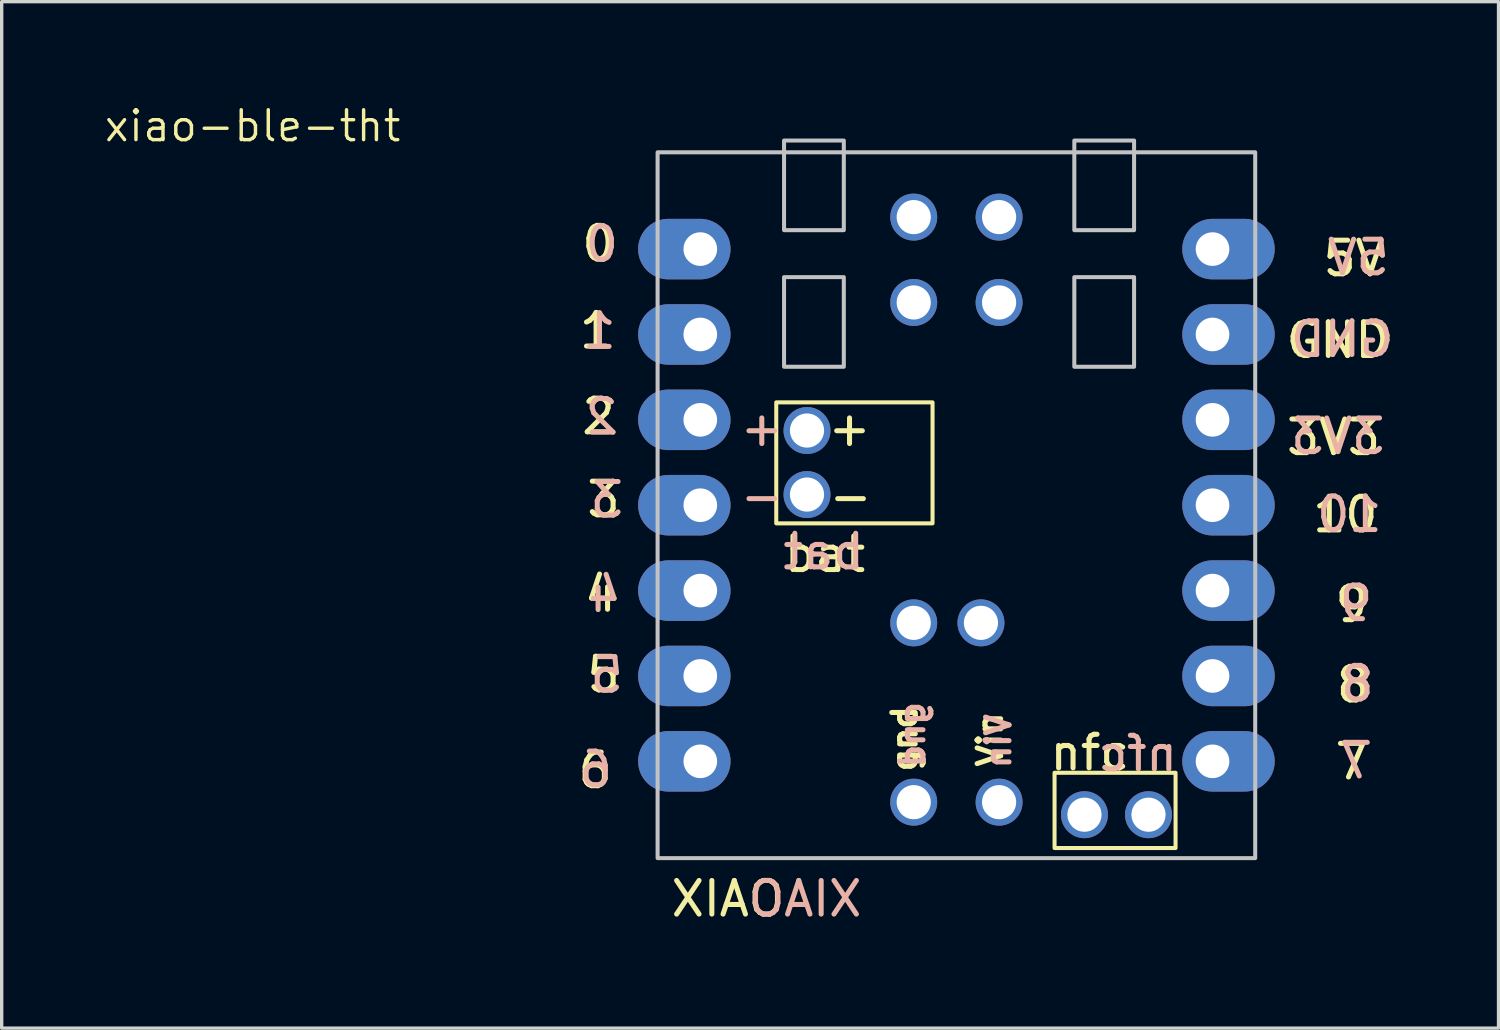
<source format=kicad_pcb>
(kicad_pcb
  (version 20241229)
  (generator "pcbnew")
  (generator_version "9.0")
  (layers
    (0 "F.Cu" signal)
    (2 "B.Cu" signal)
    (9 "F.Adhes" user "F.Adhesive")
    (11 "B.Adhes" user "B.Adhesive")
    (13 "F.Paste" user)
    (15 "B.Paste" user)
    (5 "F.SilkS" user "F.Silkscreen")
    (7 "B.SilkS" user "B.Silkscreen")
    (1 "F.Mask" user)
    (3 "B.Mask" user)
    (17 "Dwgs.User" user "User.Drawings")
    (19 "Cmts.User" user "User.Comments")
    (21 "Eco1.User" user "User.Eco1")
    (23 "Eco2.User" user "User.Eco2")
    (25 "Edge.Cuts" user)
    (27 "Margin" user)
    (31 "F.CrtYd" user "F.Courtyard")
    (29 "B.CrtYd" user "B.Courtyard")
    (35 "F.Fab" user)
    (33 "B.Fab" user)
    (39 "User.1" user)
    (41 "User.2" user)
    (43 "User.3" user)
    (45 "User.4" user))
  (footprint "xiao-ble-tht"
    (layer "F.Cu")
    (at 23.865 11.981)
    (property "Reference" "xiao-ble-tht" (at -19.399 -11.283 0) (layer "F.SilkS") (effects (font (size 0.889 0.889) (thickness 0.102))))
    (attr smd exclude_from_pos_files)
    (fp_rect (start 0.83 -3.06) (end -3.82 0.54) (stroke (width 0.12) (type solid)) (fill no) (layer "F.SilkS"))
    (fp_rect (start 8.06 7.96) (end 4.46 10.2) (stroke (width 0.12) (type solid)) (fill no) (layer "F.SilkS"))
    (fp_rect (start -1.81 -10.85) (end -3.588 -8.183) (stroke (width 0.12) (type solid)) (fill no) (layer "Dwgs.User"))
    (fp_rect (start -1.81 -6.786) (end -3.588 -4.119) (stroke (width 0.12) (type solid)) (fill no) (layer "Dwgs.User"))
    (fp_rect (start 5.048 -8.183) (end 6.826 -10.85) (stroke (width 0.12) (type solid)) (fill no) (layer "Dwgs.User"))
    (fp_rect (start 6.826 -6.786) (end 5.048 -4.119) (stroke (width 0.12) (type solid)) (fill no) (layer "Dwgs.User"))
    (fp_rect (start 10.43 10.5) (end -7.35 -10.5) (stroke (width 0.12) (type solid)) (fill no) (layer "Dwgs.User"))
    (fp_text user "8" (at 13.34 5.34 0) (unlocked yes) (layer "F.SilkS") (effects (font (size 1 1) (thickness 0.15))))
    (fp_text user "gnd" (at 0 6.95 90) (unlocked yes) (layer "F.SilkS") (effects (font (size 0.7 0.7) (thickness 0.15))))
    (fp_text user "3V3" (at 12.76 -2.02 0) (unlocked yes) (layer "F.SilkS") (effects (font (size 1 1) (thickness 0.15))))
    (fp_text user "nfc" (at 5.51 7.36 0) (unlocked yes) (layer "F.SilkS") (effects (font (size 1 1) (thickness 0.15))))
    (fp_text user "5" (at -8.96 5.04 0) (unlocked yes) (layer "F.SilkS") (effects (font (size 1 1) (thickness 0.15))))
    (fp_text user "XIAO" (at -5.26 11.71 0) (unlocked yes) (layer "F.SilkS") (effects (font (size 1 1) (thickness 0.15))))
    (fp_text user "Vin" (at 2.54 6.97 90) (unlocked yes) (layer "F.SilkS") (effects (font (size 0.7 0.7) (thickness 0.15))))
    (fp_text user "7" (at 13.3 7.63 0) (unlocked yes) (layer "F.SilkS") (effects (font (size 1 1) (thickness 0.15))))
    (fp_text user "2" (at -9.11 -2.64 0) (unlocked yes) (layer "F.SilkS") (effects (font (size 1 1) (thickness 0.15))))
    (fp_text user "GND" (at 12.89 -4.91 0) (unlocked yes) (layer "F.SilkS") (effects (font (size 1 1) (thickness 0.15))))
    (fp_text user "9" (at 13.3 2.95 0) (unlocked yes) (layer "F.SilkS") (effects (font (size 1 1) (thickness 0.15))))
    (fp_text user "6" (at -9.22 7.89 0) (unlocked yes) (layer "F.SilkS") (effects (font (size 1 1) (thickness 0.15))))
    (fp_text user "+" (at -1.64 -2.29 0) (unlocked yes) (layer "F.SilkS") (effects (font (size 1 1) (thickness 0.15))))
    (fp_text user "1" (at -9.18 -5.19 0) (unlocked yes) (layer "F.SilkS") (effects (font (size 1 1) (thickness 0.15))))
    (fp_text user "10" (at 13.11 0.28 0) (unlocked yes) (layer "F.SilkS") (effects (font (size 1 1) (thickness 0.15))))
    (fp_text user "bat" (at -2.37 1.46 0) (unlocked yes) (layer "F.SilkS") (effects (font (size 1 1) (thickness 0.15))))
    (fp_text user "-" (at -1.61 -0.27 0) (unlocked yes) (layer "F.SilkS") (effects (font (size 1 1) (thickness 0.15))))
    (fp_text user "0" (at -9.11 -7.78 0) (unlocked yes) (layer "F.SilkS") (effects (font (size 1 1) (thickness 0.15))))
    (fp_text user "3" (at -8.96 -0.17 0) (layer "F.SilkS") (effects (font (size 1 1) (thickness 0.15))))
    (fp_text user "5V" (at 13.37 -7.34 0) (unlocked yes) (layer "F.SilkS") (effects (font (size 1 1) (thickness 0.15))))
    (fp_text user "4" (at -9.03 2.64 0) (unlocked yes) (layer "F.SilkS") (effects (font (size 1 1) (thickness 0.15))))
    (fp_text user "nfc" (at 6.93 7.39 0) (unlocked yes) (layer "B.SilkS") (effects (font (size 1 1) (thickness 0.15)) (justify mirror)))
    (fp_text user "gnd" (at 0.23 6.83 90) (unlocked yes) (layer "B.SilkS") (effects (font (size 0.7 0.7) (thickness 0.15)) (justify mirror)))
    (fp_text user "5" (at -8.86 5.05 0) (unlocked yes) (layer "B.SilkS") (effects (font (size 1 1) (thickness 0.15)) (justify mirror)))
    (fp_text user "6" (at -9.19 7.86 0) (unlocked yes) (layer "B.SilkS") (effects (font (size 1 1) (thickness 0.15)) (justify mirror)))
    (fp_text user "3V3" (at 12.89 -2.05 0) (unlocked yes) (layer "B.SilkS") (effects (font (size 1 1) (thickness 0.15)) (justify mirror)))
    (fp_text user "Vin" (at 2.79 7.02 90) (unlocked yes) (layer "B.SilkS") (effects (font (size 0.7 0.7) (thickness 0.15)) (justify mirror)))
    (fp_text user "5V" (at 13.5 -7.37 0) (unlocked yes) (layer "B.SilkS") (effects (font (size 1 1) (thickness 0.15)) (justify mirror)))
    (fp_text user "-" (at -4.25 -0.27 0) (unlocked yes) (layer "B.SilkS") (effects (font (size 1 1) (thickness 0.15)) (justify mirror)))
    (fp_text user "XIAO" (at -2.96 11.71 0) (unlocked yes) (layer "B.SilkS") (effects (font (size 1 1) (thickness 0.15)) (justify mirror)))
    (fp_text user "GND" (at 13.02 -4.94 0) (unlocked yes) (layer "B.SilkS") (effects (font (size 1 1) (thickness 0.15)) (justify mirror)))
    (fp_text user "4" (at -8.93 2.65 0) (unlocked yes) (layer "B.SilkS") (effects (font (size 1 1) (thickness 0.15)) (justify mirror)))
    (fp_text user "+" (at -4.25 -2.29 0) (unlocked yes) (layer "B.SilkS") (effects (font (size 1 1) (thickness 0.15)) (justify mirror)))
    (fp_text user "bat" (at -2.41 1.38 0) (unlocked yes) (layer "B.SilkS") (effects (font (size 1 1) (thickness 0.15)) (justify mirror)))
    (fp_text user "1" (at -9.08 -5.18 0) (unlocked yes) (layer "B.SilkS") (effects (font (size 1 1) (thickness 0.15)) (justify mirror)))
    (fp_text user "2" (at -9.01 -2.63 0) (unlocked yes) (layer "B.SilkS") (effects (font (size 1 1) (thickness 0.15)) (justify mirror)))
    (fp_text user "0" (at -9.01 -7.77 0) (unlocked yes) (layer "B.SilkS") (effects (font (size 1 1) (thickness 0.15)) (justify mirror)))
    (fp_text user "9" (at 13.43 2.92 0) (unlocked yes) (layer "B.SilkS") (effects (font (size 1 1) (thickness 0.15)) (justify mirror)))
    (fp_text user "3" (at -8.86 -0.16 0) (layer "B.SilkS") (effects (font (size 1 1) (thickness 0.15)) (justify mirror)))
    (fp_text user "7" (at 13.43 7.6 0) (unlocked yes) (layer "B.SilkS") (effects (font (size 1 1) (thickness 0.15)) (justify mirror)))
    (fp_text user "10" (at 13.23 0.27 0) (unlocked yes) (layer "B.SilkS") (effects (font (size 1 1) (thickness 0.15)) (justify mirror)))
    (fp_text user "8" (at 13.47 5.31 0) (unlocked yes) (layer "B.SilkS") (effects (font (size 1 1) (thickness 0.15)) (justify mirror)))
    (pad "1" thru_hole oval (at -6.08 -7.62 180) (size 2.75 1.8) (drill 1 (offset 0.475 0)) (layers "*.Cu" "*.Mask"))
    (pad "2" thru_hole oval (at -6.08 -5.08 180) (size 2.75 1.8) (drill 1 (offset 0.475 0)) (layers "*.Cu" "*.Mask"))
    (pad "3" thru_hole oval (at -6.08 -2.54 180) (size 2.75 1.8) (drill 1 (offset 0.475 0)) (layers "*.Cu" "*.Mask"))
    (pad "4" thru_hole oval (at -6.08 0 180) (size 2.75 1.8) (drill 1 (offset 0.475 0)) (layers "*.Cu" "*.Mask"))
    (pad "5" thru_hole oval (at -6.08 2.54 180) (size 2.75 1.8) (drill 1 (offset 0.475 0)) (layers "*.Cu" "*.Mask"))
    (pad "6" thru_hole oval (at -6.08 5.08 180) (size 2.75 1.8) (drill 1 (offset 0.475 0)) (layers "*.Cu" "*.Mask"))
    (pad "7" thru_hole oval (at -6.08 7.62 180) (size 2.75 1.8) (drill 1 (offset 0.475 0)) (layers "*.Cu" "*.Mask"))
    (pad "8" thru_hole oval (at 9.16 7.62) (size 2.75 1.8) (drill 1 (offset 0.475 0)) (layers "*.Cu" "*.Mask"))
    (pad "9" thru_hole oval (at 9.16 5.08) (size 2.75 1.8) (drill 1 (offset 0.475 0)) (layers "*.Cu" "*.Mask"))
    (pad "10" thru_hole oval (at 9.16 2.54) (size 2.75 1.8) (drill 1 (offset 0.475 0)) (layers "*.Cu" "*.Mask"))
    (pad "11" thru_hole oval (at 9.16 0) (size 2.75 1.8) (drill 1 (offset 0.475 0)) (layers "*.Cu" "*.Mask"))
    (pad "12" thru_hole oval (at 9.16 -2.54) (size 2.75 1.8) (drill 1 (offset 0.475 0)) (layers "*.Cu" "*.Mask"))
    (pad "13" thru_hole oval (at 9.16 -5.08) (size 2.75 1.8) (drill 1 (offset 0.475 0)) (layers "*.Cu" "*.Mask"))
    (pad "14" thru_hole oval (at 9.16 -7.62) (size 2.75 1.8) (drill 1 (offset 0.475 0)) (layers "*.Cu" "*.Mask"))
    (pad "15" thru_hole circle (at 2.81 -8.572 270) (size 1.397 1.397) (drill 1.016) (layers "*.Cu" "*.Mask"))
    (pad "16" thru_hole circle (at 0.27 -8.572 270) (size 1.397 1.397) (drill 1.016) (layers "*.Cu" "*.Mask"))
    (pad "17" thru_hole circle (at 2.81 -6.032 270) (size 1.397 1.397) (drill 1.016) (layers "*.Cu" "*.Mask"))
    (pad "18" thru_hole circle (at 0.27 -6.032 270) (size 1.397 1.397) (drill 1.016) (layers "*.Cu" "*.Mask"))
    (pad "19" thru_hole circle (at -2.905 -0.317 180) (size 1.397 1.397) (drill 1.016) (layers "*.Cu" "*.Mask"))
    (pad "19" thru_hole circle (at 0.27 3.5 270) (size 1.397 1.397) (drill 1.016) (layers "*.Cu" "*.Mask"))
    (pad "19" thru_hole circle (at 0.27 8.835 90) (size 1.397 1.397) (drill 1.016) (layers "*.Cu" "*.Mask"))
    (pad "20" thru_hole circle (at -2.905 -2.222 180) (size 1.397 1.397) (drill 1.016) (layers "*.Cu" "*.Mask"))
    (pad "20" thru_hole circle (at 2.27 3.5 270) (size 1.397 1.397) (drill 1.016) (layers "*.Cu" "*.Mask"))
    (pad "20" thru_hole circle (at 2.81 8.835 90) (size 1.397 1.397) (drill 1.016) (layers "*.Cu" "*.Mask"))
    (pad "21" thru_hole circle (at 5.35 9.208 270) (size 1.397 1.397) (drill 1.016) (layers "*.Cu" "*.Mask"))
    (pad "22" thru_hole circle (at 7.255 9.208 270) (size 1.397 1.397) (drill 1.016) (layers "*.Cu" "*.Mask")))
  (gr_rect
    (start -3 -3)
    (end 41.534 27.539)
    (stroke (width 0.1) (type default))
    (fill no)
    (layer "Edge.Cuts")))
</source>
